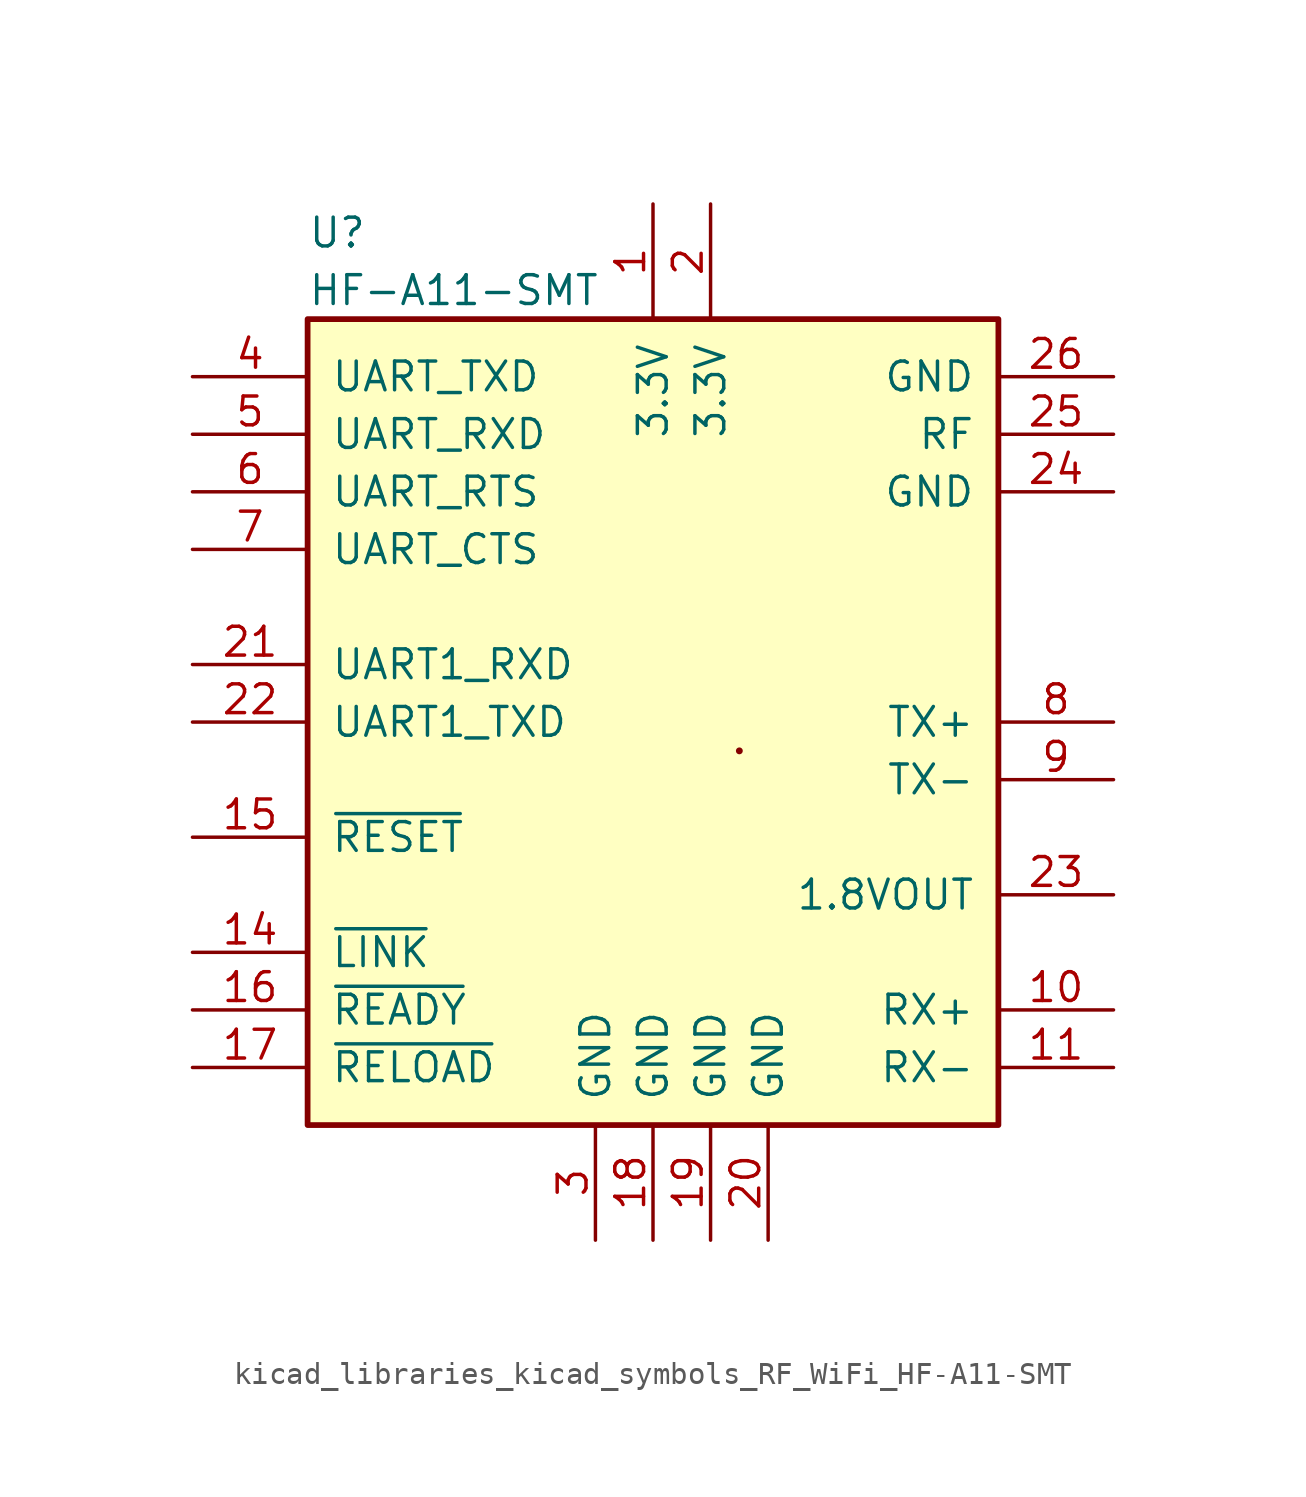
<source format=kicad_sym>
(kicad_symbol_lib
  (version 20220914)
  (generator kicad_symbol_editor)
  (symbol "kicad_libraries_kicad_symbols_RF_WiFi_HF-A11-SMT"
    (pin_names
      (offset 1.016))
    (property "Reference" "U"
      (at -15.24 21.59 0)
      (effects (font (size 1.27 1.27)) (justify left)))
    (property "Value" "HF-A11-SMT"
      (at -15.24 19.05 0)
      (effects (font (size 1.27 1.27)) (justify left)))
    (symbol "kicad_libraries_kicad_symbols_RF_WiFi_HF-A11-SMT_0_1"
      (rectangle (start -15.24 17.78) (end 15.24 -17.78) (stroke (width 0.254) (type default)) (fill (type background)))
      (circle (center 3.81 -1.27) (radius 0.0001) (stroke (width 0) (type default)) (fill (type none))))
    (symbol "kicad_libraries_kicad_symbols_RF_WiFi_HF-A11-SMT_1_1"
      (pin power_in line (at 0 22.86 270) (length 5.08) (name "3.3V" (effects (font (size 1.27 1.27)))) (number "1" (effects (font (size 1.27 1.27)))))
      (pin passive line (at 20.32 -12.7 180) (length 5.08) (name "RX+" (effects (font (size 1.27 1.27)))) (number "10" (effects (font (size 1.27 1.27)))))
      (pin passive line (at 20.32 -15.24 180) (length 5.08) (name "RX-" (effects (font (size 1.27 1.27)))) (number "11" (effects (font (size 1.27 1.27)))))
      (pin output line (at -20.32 -10.16 0) (length 5.08) (name "~{LINK}" (effects (font (size 1.27 1.27)))) (number "14" (effects (font (size 1.27 1.27)))))
      (pin input line (at -20.32 -5.08 0) (length 5.08) (name "~{RESET}" (effects (font (size 1.27 1.27)))) (number "15" (effects (font (size 1.27 1.27)))))
      (pin output line (at -20.32 -12.7 0) (length 5.08) (name "~{READY}" (effects (font (size 1.27 1.27)))) (number "16" (effects (font (size 1.27 1.27)))))
      (pin input line (at -20.32 -15.24 0) (length 5.08) (name "~{RELOAD}" (effects (font (size 1.27 1.27)))) (number "17" (effects (font (size 1.27 1.27)))))
      (pin power_in line (at 0 -22.86 90) (length 5.08) (name "GND" (effects (font (size 1.27 1.27)))) (number "18" (effects (font (size 1.27 1.27)))))
      (pin power_in line (at 2.54 -22.86 90) (length 5.08) (name "GND" (effects (font (size 1.27 1.27)))) (number "19" (effects (font (size 1.27 1.27)))))
      (pin power_in line (at 2.54 22.86 270) (length 5.08) (name "3.3V" (effects (font (size 1.27 1.27)))) (number "2" (effects (font (size 1.27 1.27)))))
      (pin power_in line (at 5.08 -22.86 90) (length 5.08) (name "GND" (effects (font (size 1.27 1.27)))) (number "20" (effects (font (size 1.27 1.27)))))
      (pin input line (at -20.32 2.54 0) (length 5.08) (name "UART1_RXD" (effects (font (size 1.27 1.27)))) (number "21" (effects (font (size 1.27 1.27)))))
      (pin output line (at -20.32 0 0) (length 5.08) (name "UART1_TXD" (effects (font (size 1.27 1.27)))) (number "22" (effects (font (size 1.27 1.27)))))
      (pin power_out line (at 20.32 -7.62 180) (length 5.08) (name "1.8VOUT" (effects (font (size 1.27 1.27)))) (number "23" (effects (font (size 1.27 1.27)))))
      (pin power_in line (at 20.32 10.16 180) (length 5.08) (name "GND" (effects (font (size 1.27 1.27)))) (number "24" (effects (font (size 1.27 1.27)))))
      (pin passive line (at 20.32 12.7 180) (length 5.08) (name "RF" (effects (font (size 1.27 1.27)))) (number "25" (effects (font (size 1.27 1.27)))))
      (pin power_in line (at 20.32 15.24 180) (length 5.08) (name "GND" (effects (font (size 1.27 1.27)))) (number "26" (effects (font (size 1.27 1.27)))))
      (pin power_in line (at -2.54 -22.86 90) (length 5.08) (name "GND" (effects (font (size 1.27 1.27)))) (number "3" (effects (font (size 1.27 1.27)))))
      (pin output line (at -20.32 15.24 0) (length 5.08) (name "UART_TXD" (effects (font (size 1.27 1.27)))) (number "4" (effects (font (size 1.27 1.27)))))
      (pin input line (at -20.32 12.7 0) (length 5.08) (name "UART_RXD" (effects (font (size 1.27 1.27)))) (number "5" (effects (font (size 1.27 1.27)))))
      (pin output line (at -20.32 10.16 0) (length 5.08) (name "UART_RTS" (effects (font (size 1.27 1.27)))) (number "6" (effects (font (size 1.27 1.27)))))
      (pin input line (at -20.32 7.62 0) (length 5.08) (name "UART_CTS" (effects (font (size 1.27 1.27)))) (number "7" (effects (font (size 1.27 1.27)))))
      (pin passive line (at 20.32 0 180) (length 5.08) (name "TX+" (effects (font (size 1.27 1.27)))) (number "8" (effects (font (size 1.27 1.27)))))
      (pin passive line (at 20.32 -2.54 180) (length 5.08) (name "TX-" (effects (font (size 1.27 1.27)))) (number "9" (effects (font (size 1.27 1.27))))))))
</source>
